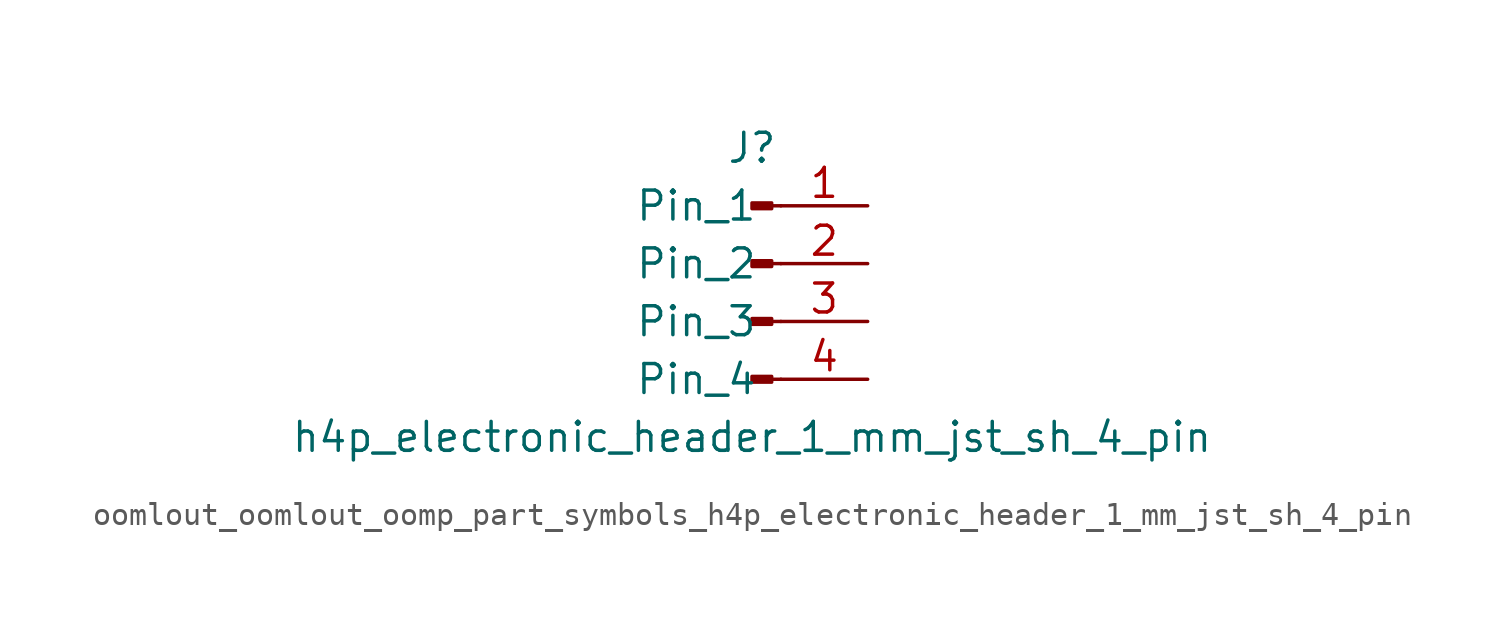
<source format=kicad_sym>
(kicad_symbol_lib
  (version 20220914)
  (generator kicad_symbol_editor)
  (symbol "oomlout_oomlout_oomp_part_symbols_h4p_electronic_header_1_mm_jst_sh_4_pin"
    (pin_names
      (offset 1.016))
    (property "Reference" "J"
      (at 0 5.08 0)
      (effects (font (size 1.27 1.27))))
    (property "Value" "h4p_electronic_header_1_mm_jst_sh_4_pin"
      (at 0 -7.62 0)
      (effects (font (size 1.27 1.27))))
    (property "ki_locked" ""
      (at 0 0 0)
      (effects (font (size 1.27 1.27))))
    (symbol "oomlout_oomlout_oomp_part_symbols_h4p_electronic_header_1_mm_jst_sh_4_pin_1_1"
      (polyline (pts (xy 1.27 -5.08) (xy 0.864 -5.08)) (stroke (width 0.152) (type default)) (fill (type none)))
      (polyline (pts (xy 1.27 -2.54) (xy 0.864 -2.54)) (stroke (width 0.152) (type default)) (fill (type none)))
      (polyline (pts (xy 1.27 0) (xy 0.864 0)) (stroke (width 0.152) (type default)) (fill (type none)))
      (polyline (pts (xy 1.27 2.54) (xy 0.864 2.54)) (stroke (width 0.152) (type default)) (fill (type none)))
      (rectangle (start 0.864 -4.953) (end 0 -5.207) (stroke (width 0.152) (type default)) (fill (type outline)))
      (rectangle (start 0.864 -2.413) (end 0 -2.667) (stroke (width 0.152) (type default)) (fill (type outline)))
      (rectangle (start 0.864 0.127) (end 0 -0.127) (stroke (width 0.152) (type default)) (fill (type outline)))
      (rectangle (start 0.864 2.667) (end 0 2.413) (stroke (width 0.152) (type default)) (fill (type outline)))
      (pin passive line (at 5.08 2.54 180) (length 3.81) (name "Pin_1" (effects (font (size 1.27 1.27)))) (number "1" (effects (font (size 1.27 1.27)))))
      (pin passive line (at 5.08 0 180) (length 3.81) (name "Pin_2" (effects (font (size 1.27 1.27)))) (number "2" (effects (font (size 1.27 1.27)))))
      (pin passive line (at 5.08 -2.54 180) (length 3.81) (name "Pin_3" (effects (font (size 1.27 1.27)))) (number "3" (effects (font (size 1.27 1.27)))))
      (pin passive line (at 5.08 -5.08 180) (length 3.81) (name "Pin_4" (effects (font (size 1.27 1.27)))) (number "4" (effects (font (size 1.27 1.27))))))))
</source>
